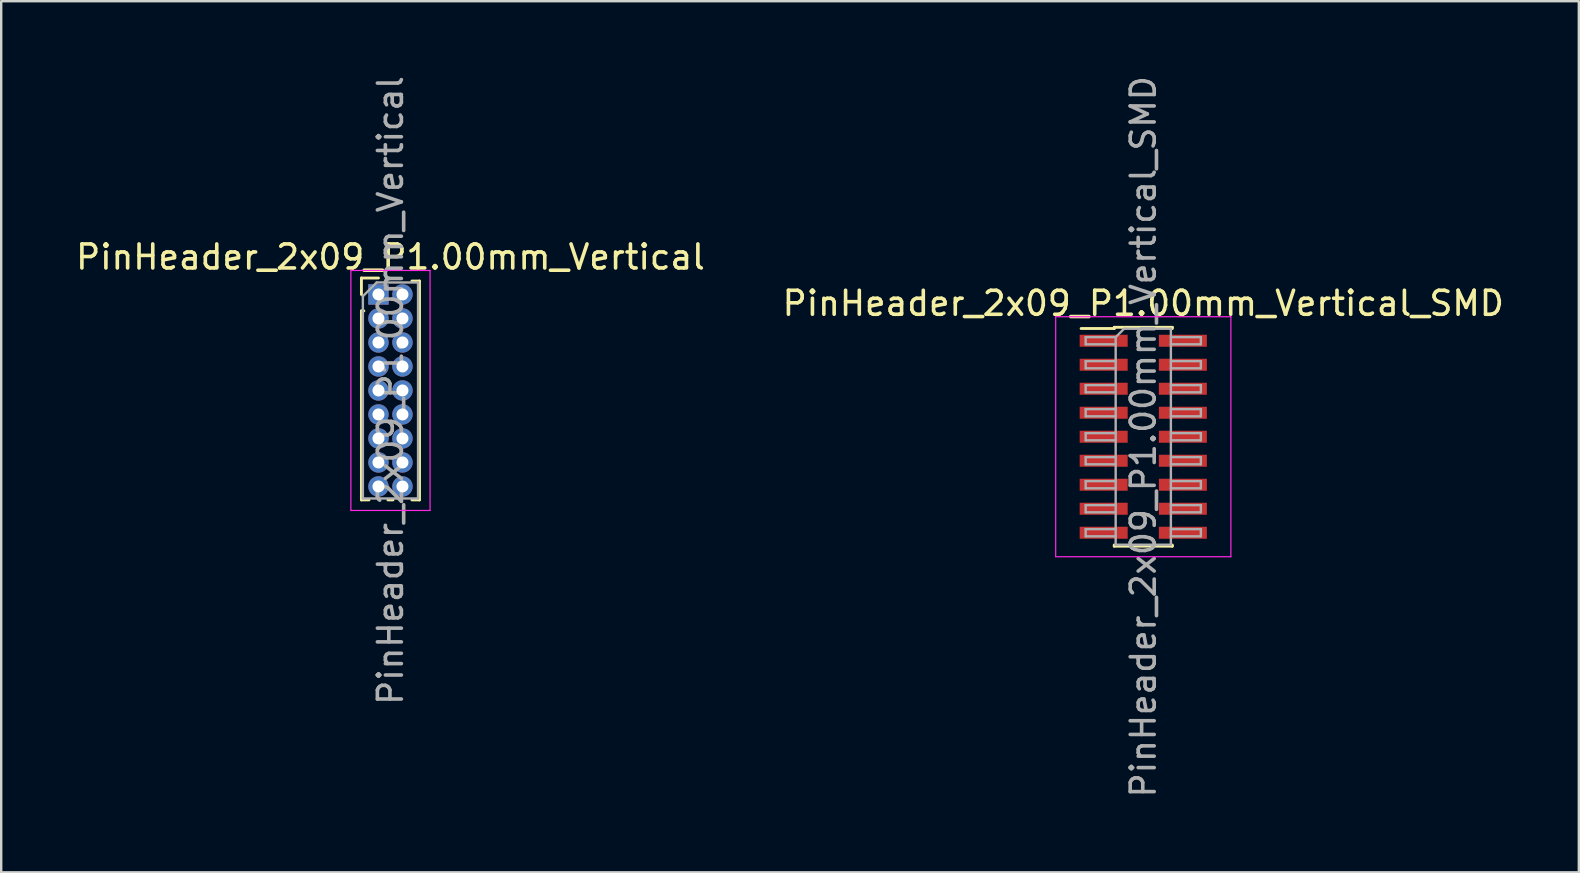
<source format=kicad_pcb>
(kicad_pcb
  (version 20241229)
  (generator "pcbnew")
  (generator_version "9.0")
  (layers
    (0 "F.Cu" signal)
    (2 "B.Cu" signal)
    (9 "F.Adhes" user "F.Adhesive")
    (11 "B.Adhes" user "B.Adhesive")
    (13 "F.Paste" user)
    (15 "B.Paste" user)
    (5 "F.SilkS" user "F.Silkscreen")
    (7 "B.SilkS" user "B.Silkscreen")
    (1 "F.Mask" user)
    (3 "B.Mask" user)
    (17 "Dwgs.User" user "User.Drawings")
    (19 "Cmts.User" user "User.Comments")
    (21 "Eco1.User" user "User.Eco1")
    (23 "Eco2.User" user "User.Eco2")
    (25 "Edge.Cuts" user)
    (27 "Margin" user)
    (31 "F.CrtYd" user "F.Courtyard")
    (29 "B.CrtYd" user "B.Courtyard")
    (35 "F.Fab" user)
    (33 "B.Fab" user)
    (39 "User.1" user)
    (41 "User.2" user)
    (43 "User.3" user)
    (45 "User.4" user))
  (footprint "PinHeader_2x09_P1.00mm_Vertical"
    (layer "F.Cu")
    (at 12.72 9.22)
    (property "Reference" "PinHeader_2x09_P1.00mm_Vertical" (at 0.5 -1.56 0) (layer "F.SilkS") (effects (font (size 1 1) (thickness 0.15))))
    (attr through_hole)
    (fp_line (start -0.71 -0.685) (end 0 -0.685) (stroke (width 0.12) (type solid)) (layer "F.SilkS"))
    (fp_line (start -0.71 0) (end -0.71 -0.685) (stroke (width 0.12) (type solid)) (layer "F.SilkS"))
    (fp_line (start -0.71 0.685) (end -0.71 8.56) (stroke (width 0.12) (type solid)) (layer "F.SilkS"))
    (fp_line (start -0.71 0.685) (end -0.608 0.685) (stroke (width 0.12) (type solid)) (layer "F.SilkS"))
    (fp_line (start -0.71 8.56) (end -0.394 8.56) (stroke (width 0.12) (type solid)) (layer "F.SilkS"))
    (fp_line (start 0.394 8.56) (end 0.606 8.56) (stroke (width 0.12) (type solid)) (layer "F.SilkS"))
    (fp_line (start 1.394 -0.56) (end 1.71 -0.56) (stroke (width 0.12) (type solid)) (layer "F.SilkS"))
    (fp_line (start 1.394 8.56) (end 1.71 8.56) (stroke (width 0.12) (type solid)) (layer "F.SilkS"))
    (fp_line (start 1.71 -0.56) (end 1.71 8.56) (stroke (width 0.12) (type solid)) (layer "F.SilkS"))
    (fp_line (start -1.15 -1) (end -1.15 9) (stroke (width 0.05) (type solid)) (layer "F.CrtYd"))
    (fp_line (start -1.15 9) (end 2.15 9) (stroke (width 0.05) (type solid)) (layer "F.CrtYd"))
    (fp_line (start 2.15 -1) (end -1.15 -1) (stroke (width 0.05) (type solid)) (layer "F.CrtYd"))
    (fp_line (start 2.15 9) (end 2.15 -1) (stroke (width 0.05) (type solid)) (layer "F.CrtYd"))
    (fp_line (start -0.65 0.075) (end -0.075 -0.5) (stroke (width 0.1) (type solid)) (layer "F.Fab"))
    (fp_line (start -0.65 8.5) (end -0.65 0.075) (stroke (width 0.1) (type solid)) (layer "F.Fab"))
    (fp_line (start -0.075 -0.5) (end 1.65 -0.5) (stroke (width 0.1) (type solid)) (layer "F.Fab"))
    (fp_line (start 1.65 -0.5) (end 1.65 8.5) (stroke (width 0.1) (type solid)) (layer "F.Fab"))
    (fp_line (start 1.65 8.5) (end -0.65 8.5) (stroke (width 0.1) (type solid)) (layer "F.Fab"))
    (fp_text user "${REFERENCE}" (at 0.5 4 90) (layer "F.Fab") (effects (font (size 1 1) (thickness 0.15))))
    (pad "1" thru_hole rect (at 0 0) (size 0.85 0.85) (drill 0.5) (layers "*.Cu" "*.Mask"))
    (pad "2" thru_hole oval (at 1 0) (size 0.85 0.85) (drill 0.5) (layers "*.Cu" "*.Mask"))
    (pad "3" thru_hole oval (at 0 1) (size 0.85 0.85) (drill 0.5) (layers "*.Cu" "*.Mask"))
    (pad "4" thru_hole oval (at 1 1) (size 0.85 0.85) (drill 0.5) (layers "*.Cu" "*.Mask"))
    (pad "5" thru_hole oval (at 0 2) (size 0.85 0.85) (drill 0.5) (layers "*.Cu" "*.Mask"))
    (pad "6" thru_hole oval (at 1 2) (size 0.85 0.85) (drill 0.5) (layers "*.Cu" "*.Mask"))
    (pad "7" thru_hole oval (at 0 3) (size 0.85 0.85) (drill 0.5) (layers "*.Cu" "*.Mask"))
    (pad "8" thru_hole oval (at 1 3) (size 0.85 0.85) (drill 0.5) (layers "*.Cu" "*.Mask"))
    (pad "9" thru_hole oval (at 0 4) (size 0.85 0.85) (drill 0.5) (layers "*.Cu" "*.Mask"))
    (pad "10" thru_hole oval (at 1 4) (size 0.85 0.85) (drill 0.5) (layers "*.Cu" "*.Mask"))
    (pad "11" thru_hole oval (at 0 5) (size 0.85 0.85) (drill 0.5) (layers "*.Cu" "*.Mask"))
    (pad "12" thru_hole oval (at 1 5) (size 0.85 0.85) (drill 0.5) (layers "*.Cu" "*.Mask"))
    (pad "13" thru_hole oval (at 0 6) (size 0.85 0.85) (drill 0.5) (layers "*.Cu" "*.Mask"))
    (pad "14" thru_hole oval (at 1 6) (size 0.85 0.85) (drill 0.5) (layers "*.Cu" "*.Mask"))
    (pad "15" thru_hole oval (at 0 7) (size 0.85 0.85) (drill 0.5) (layers "*.Cu" "*.Mask"))
    (pad "16" thru_hole oval (at 1 7) (size 0.85 0.85) (drill 0.5) (layers "*.Cu" "*.Mask"))
    (pad "17" thru_hole oval (at 0 8) (size 0.85 0.85) (drill 0.5) (layers "*.Cu" "*.Mask"))
    (pad "18" thru_hole oval (at 1 8) (size 0.85 0.85) (drill 0.5) (layers "*.Cu" "*.Mask")))
  (footprint "PinHeader_2x09_P1.00mm_Vertical_SMD"
    (layer "F.Cu")
    (at 44.589 15.149)
    (property "Reference" "PinHeader_2x09_P1.00mm_Vertical_SMD" (at 0 -5.56 0) (layer "F.SilkS") (effects (font (size 1 1) (thickness 0.15))))
    (attr smd)
    (fp_line (start -2.59 -4.51) (end -1.21 -4.51) (stroke (width 0.12) (type solid)) (layer "F.SilkS"))
    (fp_line (start -1.21 -4.56) (end -1.21 -4.51) (stroke (width 0.12) (type solid)) (layer "F.SilkS"))
    (fp_line (start -1.21 -4.56) (end 1.21 -4.56) (stroke (width 0.12) (type solid)) (layer "F.SilkS"))
    (fp_line (start -1.21 4.51) (end -1.21 4.56) (stroke (width 0.12) (type solid)) (layer "F.SilkS"))
    (fp_line (start -1.21 4.56) (end 1.21 4.56) (stroke (width 0.12) (type solid)) (layer "F.SilkS"))
    (fp_line (start 1.21 -4.56) (end 1.21 -4.51) (stroke (width 0.12) (type solid)) (layer "F.SilkS"))
    (fp_line (start 1.21 4.51) (end 1.21 4.56) (stroke (width 0.12) (type solid)) (layer "F.SilkS"))
    (fp_line (start -3.65 -5) (end -3.65 5) (stroke (width 0.05) (type solid)) (layer "F.CrtYd"))
    (fp_line (start -3.65 5) (end 3.65 5) (stroke (width 0.05) (type solid)) (layer "F.CrtYd"))
    (fp_line (start 3.65 -5) (end -3.65 -5) (stroke (width 0.05) (type solid)) (layer "F.CrtYd"))
    (fp_line (start 3.65 5) (end 3.65 -5) (stroke (width 0.05) (type solid)) (layer "F.CrtYd"))
    (fp_line (start -2.4 -4.15) (end -2.4 -3.85) (stroke (width 0.1) (type solid)) (layer "F.Fab"))
    (fp_line (start -2.4 -3.85) (end -1.15 -3.85) (stroke (width 0.1) (type solid)) (layer "F.Fab"))
    (fp_line (start -2.4 -3.15) (end -2.4 -2.85) (stroke (width 0.1) (type solid)) (layer "F.Fab"))
    (fp_line (start -2.4 -2.85) (end -1.15 -2.85) (stroke (width 0.1) (type solid)) (layer "F.Fab"))
    (fp_line (start -2.4 -2.15) (end -2.4 -1.85) (stroke (width 0.1) (type solid)) (layer "F.Fab"))
    (fp_line (start -2.4 -1.85) (end -1.15 -1.85) (stroke (width 0.1) (type solid)) (layer "F.Fab"))
    (fp_line (start -2.4 -1.15) (end -2.4 -0.85) (stroke (width 0.1) (type solid)) (layer "F.Fab"))
    (fp_line (start -2.4 -0.85) (end -1.15 -0.85) (stroke (width 0.1) (type solid)) (layer "F.Fab"))
    (fp_line (start -2.4 -0.15) (end -2.4 0.15) (stroke (width 0.1) (type solid)) (layer "F.Fab"))
    (fp_line (start -2.4 0.15) (end -1.15 0.15) (stroke (width 0.1) (type solid)) (layer "F.Fab"))
    (fp_line (start -2.4 0.85) (end -2.4 1.15) (stroke (width 0.1) (type solid)) (layer "F.Fab"))
    (fp_line (start -2.4 1.15) (end -1.15 1.15) (stroke (width 0.1) (type solid)) (layer "F.Fab"))
    (fp_line (start -2.4 1.85) (end -2.4 2.15) (stroke (width 0.1) (type solid)) (layer "F.Fab"))
    (fp_line (start -2.4 2.15) (end -1.15 2.15) (stroke (width 0.1) (type solid)) (layer "F.Fab"))
    (fp_line (start -2.4 2.85) (end -2.4 3.15) (stroke (width 0.1) (type solid)) (layer "F.Fab"))
    (fp_line (start -2.4 3.15) (end -1.15 3.15) (stroke (width 0.1) (type solid)) (layer "F.Fab"))
    (fp_line (start -2.4 3.85) (end -2.4 4.15) (stroke (width 0.1) (type solid)) (layer "F.Fab"))
    (fp_line (start -2.4 4.15) (end -1.15 4.15) (stroke (width 0.1) (type solid)) (layer "F.Fab"))
    (fp_line (start -1.15 -4.15) (end -2.4 -4.15) (stroke (width 0.1) (type solid)) (layer "F.Fab"))
    (fp_line (start -1.15 -4.15) (end -0.8 -4.5) (stroke (width 0.1) (type solid)) (layer "F.Fab"))
    (fp_line (start -1.15 -3.15) (end -2.4 -3.15) (stroke (width 0.1) (type solid)) (layer "F.Fab"))
    (fp_line (start -1.15 -2.15) (end -2.4 -2.15) (stroke (width 0.1) (type solid)) (layer "F.Fab"))
    (fp_line (start -1.15 -1.15) (end -2.4 -1.15) (stroke (width 0.1) (type solid)) (layer "F.Fab"))
    (fp_line (start -1.15 -0.15) (end -2.4 -0.15) (stroke (width 0.1) (type solid)) (layer "F.Fab"))
    (fp_line (start -1.15 0.85) (end -2.4 0.85) (stroke (width 0.1) (type solid)) (layer "F.Fab"))
    (fp_line (start -1.15 1.85) (end -2.4 1.85) (stroke (width 0.1) (type solid)) (layer "F.Fab"))
    (fp_line (start -1.15 2.85) (end -2.4 2.85) (stroke (width 0.1) (type solid)) (layer "F.Fab"))
    (fp_line (start -1.15 3.85) (end -2.4 3.85) (stroke (width 0.1) (type solid)) (layer "F.Fab"))
    (fp_line (start -1.15 4.5) (end -1.15 -4.15) (stroke (width 0.1) (type solid)) (layer "F.Fab"))
    (fp_line (start -0.8 -4.5) (end 1.15 -4.5) (stroke (width 0.1) (type solid)) (layer "F.Fab"))
    (fp_line (start 1.15 -4.5) (end 1.15 4.5) (stroke (width 0.1) (type solid)) (layer "F.Fab"))
    (fp_line (start 1.15 -4.15) (end 2.4 -4.15) (stroke (width 0.1) (type solid)) (layer "F.Fab"))
    (fp_line (start 1.15 -3.15) (end 2.4 -3.15) (stroke (width 0.1) (type solid)) (layer "F.Fab"))
    (fp_line (start 1.15 -2.15) (end 2.4 -2.15) (stroke (width 0.1) (type solid)) (layer "F.Fab"))
    (fp_line (start 1.15 -1.15) (end 2.4 -1.15) (stroke (width 0.1) (type solid)) (layer "F.Fab"))
    (fp_line (start 1.15 -0.15) (end 2.4 -0.15) (stroke (width 0.1) (type solid)) (layer "F.Fab"))
    (fp_line (start 1.15 0.85) (end 2.4 0.85) (stroke (width 0.1) (type solid)) (layer "F.Fab"))
    (fp_line (start 1.15 1.85) (end 2.4 1.85) (stroke (width 0.1) (type solid)) (layer "F.Fab"))
    (fp_line (start 1.15 2.85) (end 2.4 2.85) (stroke (width 0.1) (type solid)) (layer "F.Fab"))
    (fp_line (start 1.15 3.85) (end 2.4 3.85) (stroke (width 0.1) (type solid)) (layer "F.Fab"))
    (fp_line (start 1.15 4.5) (end -1.15 4.5) (stroke (width 0.1) (type solid)) (layer "F.Fab"))
    (fp_line (start 2.4 -4.15) (end 2.4 -3.85) (stroke (width 0.1) (type solid)) (layer "F.Fab"))
    (fp_line (start 2.4 -3.85) (end 1.15 -3.85) (stroke (width 0.1) (type solid)) (layer "F.Fab"))
    (fp_line (start 2.4 -3.15) (end 2.4 -2.85) (stroke (width 0.1) (type solid)) (layer "F.Fab"))
    (fp_line (start 2.4 -2.85) (end 1.15 -2.85) (stroke (width 0.1) (type solid)) (layer "F.Fab"))
    (fp_line (start 2.4 -2.15) (end 2.4 -1.85) (stroke (width 0.1) (type solid)) (layer "F.Fab"))
    (fp_line (start 2.4 -1.85) (end 1.15 -1.85) (stroke (width 0.1) (type solid)) (layer "F.Fab"))
    (fp_line (start 2.4 -1.15) (end 2.4 -0.85) (stroke (width 0.1) (type solid)) (layer "F.Fab"))
    (fp_line (start 2.4 -0.85) (end 1.15 -0.85) (stroke (width 0.1) (type solid)) (layer "F.Fab"))
    (fp_line (start 2.4 -0.15) (end 2.4 0.15) (stroke (width 0.1) (type solid)) (layer "F.Fab"))
    (fp_line (start 2.4 0.15) (end 1.15 0.15) (stroke (width 0.1) (type solid)) (layer "F.Fab"))
    (fp_line (start 2.4 0.85) (end 2.4 1.15) (stroke (width 0.1) (type solid)) (layer "F.Fab"))
    (fp_line (start 2.4 1.15) (end 1.15 1.15) (stroke (width 0.1) (type solid)) (layer "F.Fab"))
    (fp_line (start 2.4 1.85) (end 2.4 2.15) (stroke (width 0.1) (type solid)) (layer "F.Fab"))
    (fp_line (start 2.4 2.15) (end 1.15 2.15) (stroke (width 0.1) (type solid)) (layer "F.Fab"))
    (fp_line (start 2.4 2.85) (end 2.4 3.15) (stroke (width 0.1) (type solid)) (layer "F.Fab"))
    (fp_line (start 2.4 3.15) (end 1.15 3.15) (stroke (width 0.1) (type solid)) (layer "F.Fab"))
    (fp_line (start 2.4 3.85) (end 2.4 4.15) (stroke (width 0.1) (type solid)) (layer "F.Fab"))
    (fp_line (start 2.4 4.15) (end 1.15 4.15) (stroke (width 0.1) (type solid)) (layer "F.Fab"))
    (fp_text user "${REFERENCE}" (at 0 0 90) (layer "F.Fab") (effects (font (size 1 1) (thickness 0.15))))
    (pad "1" smd rect (at -1.65 -4) (size 2 0.5) (layers "F.Cu" "F.Mask" "F.Paste"))
    (pad "2" smd rect (at 1.65 -4) (size 2 0.5) (layers "F.Cu" "F.Mask" "F.Paste"))
    (pad "3" smd rect (at -1.65 -3) (size 2 0.5) (layers "F.Cu" "F.Mask" "F.Paste"))
    (pad "4" smd rect (at 1.65 -3) (size 2 0.5) (layers "F.Cu" "F.Mask" "F.Paste"))
    (pad "5" smd rect (at -1.65 -2) (size 2 0.5) (layers "F.Cu" "F.Mask" "F.Paste"))
    (pad "6" smd rect (at 1.65 -2) (size 2 0.5) (layers "F.Cu" "F.Mask" "F.Paste"))
    (pad "7" smd rect (at -1.65 -1) (size 2 0.5) (layers "F.Cu" "F.Mask" "F.Paste"))
    (pad "8" smd rect (at 1.65 -1) (size 2 0.5) (layers "F.Cu" "F.Mask" "F.Paste"))
    (pad "9" smd rect (at -1.65 0) (size 2 0.5) (layers "F.Cu" "F.Mask" "F.Paste"))
    (pad "10" smd rect (at 1.65 0) (size 2 0.5) (layers "F.Cu" "F.Mask" "F.Paste"))
    (pad "11" smd rect (at -1.65 1) (size 2 0.5) (layers "F.Cu" "F.Mask" "F.Paste"))
    (pad "12" smd rect (at 1.65 1) (size 2 0.5) (layers "F.Cu" "F.Mask" "F.Paste"))
    (pad "13" smd rect (at -1.65 2) (size 2 0.5) (layers "F.Cu" "F.Mask" "F.Paste"))
    (pad "14" smd rect (at 1.65 2) (size 2 0.5) (layers "F.Cu" "F.Mask" "F.Paste"))
    (pad "15" smd rect (at -1.65 3) (size 2 0.5) (layers "F.Cu" "F.Mask" "F.Paste"))
    (pad "16" smd rect (at 1.65 3) (size 2 0.5) (layers "F.Cu" "F.Mask" "F.Paste"))
    (pad "17" smd rect (at -1.65 4) (size 2 0.5) (layers "F.Cu" "F.Mask" "F.Paste"))
    (pad "18" smd rect (at 1.65 4) (size 2 0.5) (layers "F.Cu" "F.Mask" "F.Paste")))
  (gr_rect
    (start -3 -3)
    (end 62.738 33.298)
    (stroke (width 0.1) (type default))
    (fill no)
    (layer "Edge.Cuts")))
</source>
